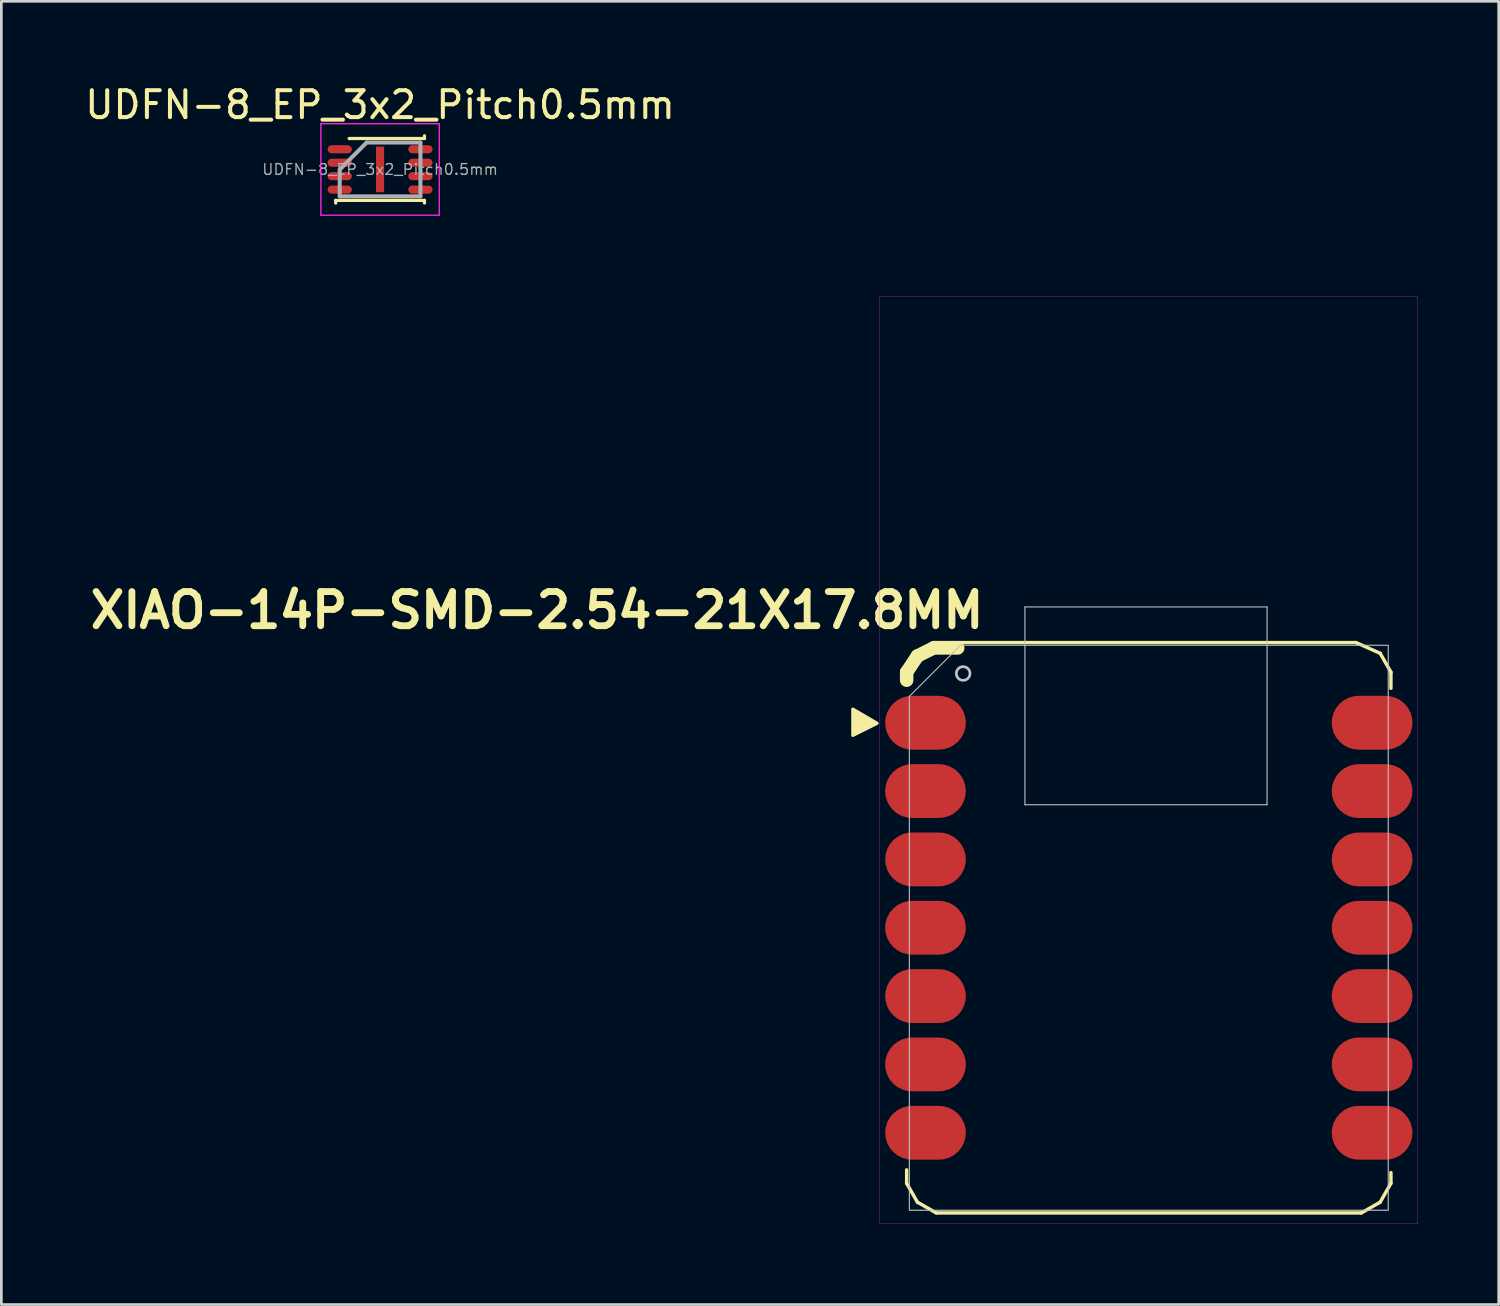
<source format=kicad_pcb>
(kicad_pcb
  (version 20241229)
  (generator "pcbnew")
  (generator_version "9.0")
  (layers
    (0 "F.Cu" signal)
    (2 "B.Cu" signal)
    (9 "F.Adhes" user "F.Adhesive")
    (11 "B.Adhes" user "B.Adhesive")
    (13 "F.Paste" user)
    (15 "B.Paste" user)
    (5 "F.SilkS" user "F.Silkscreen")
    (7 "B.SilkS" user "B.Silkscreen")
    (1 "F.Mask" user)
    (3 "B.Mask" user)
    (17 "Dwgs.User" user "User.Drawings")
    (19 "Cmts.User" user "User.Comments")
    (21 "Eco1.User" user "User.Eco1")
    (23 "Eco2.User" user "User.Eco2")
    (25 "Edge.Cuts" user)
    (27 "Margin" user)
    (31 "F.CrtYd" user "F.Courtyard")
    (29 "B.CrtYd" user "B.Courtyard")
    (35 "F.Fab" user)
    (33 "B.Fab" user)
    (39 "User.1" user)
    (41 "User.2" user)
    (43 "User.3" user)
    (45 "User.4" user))
  (footprint "XIAO-14P-SMD-2.54-21X17.8MM"
    (layer "F.Cu")
    (at 39.649 31.433)
    (property "Reference" "XIAO-14P-SMD-2.54-21X17.8MM" (at -6 -11.8 0) (layer "F.SilkS") (effects (font (size 1.27 1.27) (thickness 0.254) (bold yes)) (justify right)))
    (attr through_hole)
    (fp_line (start -9 -9.5) (end -9 -9.2) (stroke (width 0.5) (type solid)) (layer "F.SilkS"))
    (fp_line (start -9 9) (end -9 9.5) (stroke (width 0.127) (type solid)) (layer "F.SilkS"))
    (fp_line (start -9 9.5) (end -8.6 10.2) (stroke (width 0.127) (type solid)) (layer "F.SilkS"))
    (fp_line (start -8.6 -10.1) (end -9 -9.5) (stroke (width 0.5) (type solid)) (layer "F.SilkS"))
    (fp_line (start -8.6 10.2) (end -7.9 10.6) (stroke (width 0.127) (type solid)) (layer "F.SilkS"))
    (fp_line (start -8 -10.4) (end -8.6 -10.1) (stroke (width 0.5) (type solid)) (layer "F.SilkS"))
    (fp_line (start -7.9 10.6) (end 7.9 10.6) (stroke (width 0.127) (type solid)) (layer "F.SilkS"))
    (fp_line (start -7.1 -10.4) (end -8 -10.4) (stroke (width 0.5) (type solid)) (layer "F.SilkS"))
    (fp_line (start 7.7 -10.6) (end -8 -10.6) (stroke (width 0.127) (type solid)) (layer "F.SilkS"))
    (fp_line (start 7.7 -10.6) (end 8.6 -10.2) (stroke (width 0.127) (type solid)) (layer "F.SilkS"))
    (fp_line (start 7.9 10.6) (end 8.6 10.2) (stroke (width 0.127) (type solid)) (layer "F.SilkS"))
    (fp_line (start 8.6 -10.2) (end 9 -9.5) (stroke (width 0.127) (type solid)) (layer "F.SilkS"))
    (fp_line (start 8.6 10.2) (end 9 9.5) (stroke (width 0.127) (type solid)) (layer "F.SilkS"))
    (fp_line (start 9 -8.9) (end 9 -9.5) (stroke (width 0.127) (type solid)) (layer "F.SilkS"))
    (fp_line (start 9 9.5) (end 9 9.1) (stroke (width 0.127) (type solid)) (layer "F.SilkS"))
    (fp_poly (pts (xy -10.1 -7.6) (xy -11 -8.125) (xy -11 -7.15)) (stroke (width 0.12) (type solid)) (fill yes) (layer "F.SilkS"))
    (fp_line (start -4.604 -4.572) (end -4.604 -11.925) (stroke (width 0.04) (type solid)) (layer "Dwgs.User"))
    (fp_line (start -4.6 -11.924) (end 4.395 -11.924) (stroke (width 0.04) (type solid)) (layer "Dwgs.User"))
    (fp_line (start 4.395 -11.924) (end 4.395 -4.572) (stroke (width 0.04) (type solid)) (layer "Dwgs.User"))
    (fp_line (start 4.395 -4.572) (end -4.604 -4.572) (stroke (width 0.04) (type solid)) (layer "Dwgs.User"))
    (fp_circle (center -6.9 -9.45) (end -6.646 -9.45) (stroke (width 0.1) (type solid)) (fill no) (layer "Dwgs.User"))
    (fp_poly (pts (xy -7 -10.5) (xy 8.9 -10.5) (xy 8.9 10.5) (xy -8.9 10.5) (xy -8.9 -8.6)) (stroke (width 0.04) (type solid)) (fill no) (layer "Dwgs.User"))
    (fp_poly (pts (xy -10 -23.455) (xy 10 -23.455) (xy 10 11) (xy -10 11)) (stroke (width 0.01) (type solid)) (fill no) (layer "F.CrtYd"))
    (pad "1" smd roundrect (at -8.3 -7.62) (size 3 2) (layers "F.Cu" "F.Mask" "F.Paste") (roundrect_rratio 0.5))
    (pad "2" smd roundrect (at -8.3 -5.08) (size 3 2) (layers "F.Cu" "F.Mask" "F.Paste") (roundrect_rratio 0.5))
    (pad "3" smd roundrect (at -8.3 -2.54) (size 3 2) (layers "F.Cu" "F.Mask" "F.Paste") (roundrect_rratio 0.5))
    (pad "4" smd roundrect (at -8.3 0) (size 3 2) (layers "F.Cu" "F.Mask" "F.Paste") (roundrect_rratio 0.5))
    (pad "5" smd roundrect (at -8.3 2.54) (size 3 2) (layers "F.Cu" "F.Mask" "F.Paste") (roundrect_rratio 0.5))
    (pad "6" smd roundrect (at -8.3 5.08) (size 3 2) (layers "F.Cu" "F.Mask" "F.Paste") (roundrect_rratio 0.5))
    (pad "7" smd roundrect (at -8.3 7.62) (size 3 2) (layers "F.Cu" "F.Mask" "F.Paste") (roundrect_rratio 0.5))
    (pad "8" smd roundrect (at 8.3 7.62) (size 3 2) (layers "F.Cu" "F.Mask" "F.Paste") (roundrect_rratio 0.5))
    (pad "9" smd roundrect (at 8.3 5.08) (size 3 2) (layers "F.Cu" "F.Mask" "F.Paste") (roundrect_rratio 0.5))
    (pad "10" smd roundrect (at 8.3 2.54) (size 3 2) (layers "F.Cu" "F.Mask" "F.Paste") (roundrect_rratio 0.5))
    (pad "11" smd roundrect (at 8.3 0) (size 3 2) (layers "F.Cu" "F.Mask" "F.Paste") (roundrect_rratio 0.5))
    (pad "12" smd roundrect (at 8.3 -2.54) (size 3 2) (layers "F.Cu" "F.Mask" "F.Paste") (roundrect_rratio 0.5))
    (pad "13" smd roundrect (at 8.3 -5.08) (size 3 2) (layers "F.Cu" "F.Mask" "F.Paste") (roundrect_rratio 0.5))
    (pad "14" smd roundrect (at 8.3 -7.62) (size 3 2) (layers "F.Cu" "F.Mask" "F.Paste") (roundrect_rratio 0.5))
    (zone (net_name "") (layer "F.Cu") (hatch full 0.508) (connect_pads) (min_thickness 0.01) (filled_areas_thickness no) (keepout (tracks not_allowed) (vias not_allowed) (pads not_allowed) (copperpour not_allowed) (footprints allowed)) (placement (enabled no)) (fill) (polygon (pts (xy 33.633 29.17) (xy 36.554 29.17) (xy 36.554 31.202) (xy 33.633 31.202))))
    (zone (net_name "") (layer "F.Cu") (hatch full 0.508) (connect_pads) (min_thickness 0.01) (filled_areas_thickness no) (keepout (tracks not_allowed) (vias not_allowed) (pads not_allowed) (copperpour not_allowed) (footprints allowed)) (placement (enabled no)) (fill) (polygon (pts (xy 34.332 20.851) (xy 36.11 20.851) (xy 36.11 23.518) (xy 34.332 23.518))))
    (zone (net_name "") (layer "F.Cu") (hatch full 0.508) (connect_pads) (min_thickness 0.01) (filled_areas_thickness no) (keepout (tracks not_allowed) (vias not_allowed) (pads not_allowed) (copperpour not_allowed) (footprints allowed)) (placement (enabled no)) (fill) (polygon (pts (xy 34.332 24.915) (xy 36.11 24.915) (xy 36.11 27.582) (xy 34.332 27.582))))
    (zone (net_name "") (layer "F.Cu") (hatch full 0.508) (connect_pads) (min_thickness 0.01) (filled_areas_thickness no) (keepout (tracks not_allowed) (vias not_allowed) (pads not_allowed) (copperpour not_allowed) (footprints allowed)) (placement (enabled no)) (fill) (polygon (pts (xy 36.999 21.613) (xy 42.206 21.613) (xy 42.206 28.598) (xy 36.999 28.598))))
    (zone (net_name "") (layer "F.Cu") (hatch full 0.508) (connect_pads) (min_thickness 0.01) (filled_areas_thickness no) (keepout (tracks not_allowed) (vias not_allowed) (pads not_allowed) (copperpour not_allowed) (footprints allowed)) (placement (enabled no)) (fill) (polygon (pts (xy 36.999 38.758) (xy 42.714 38.758) (xy 42.714 41.298) (xy 36.999 41.298))))
    (zone (net_name "") (layer "F.Cu") (hatch full 0.508) (connect_pads) (min_thickness 0.01) (filled_areas_thickness no) (keepout (tracks not_allowed) (vias not_allowed) (pads not_allowed) (copperpour not_allowed) (footprints allowed)) (placement (enabled no)) (fill) (polygon (pts (xy 40.428 30.63) (xy 43.476 30.63) (xy 43.476 33.678) (xy 40.428 33.678))))
    (zone (net_name "") (layer "F.Cu") (hatch full 0.508) (connect_pads) (min_thickness 0.01) (filled_areas_thickness no) (keepout (tracks not_allowed) (vias not_allowed) (pads not_allowed) (copperpour not_allowed) (footprints allowed)) (placement (enabled no)) (fill) (polygon (pts (xy 42.968 20.851) (xy 44.746 20.851) (xy 44.746 23.518) (xy 42.968 23.518))))
    (zone (net_name "") (layer "F.Cu") (hatch full 0.508) (connect_pads) (min_thickness 0.01) (filled_areas_thickness no) (keepout (tracks not_allowed) (vias not_allowed) (pads not_allowed) (copperpour not_allowed) (footprints allowed)) (placement (enabled no)) (fill) (polygon (pts (xy 42.968 24.915) (xy 44.746 24.915) (xy 44.746 27.582) (xy 42.968 27.582)))))
  (footprint "UDFN-8_EP_3x2_Pitch0.5mm"
    (layer "F.Cu")
    (at 11.077 3.248)
    (property "Reference" "UDFN-8_EP_3x2_Pitch0.5mm" (at 0 -2.4 0) (layer "F.SilkS") (effects (font (size 1 1) (thickness 0.15))))
    (attr smd)
    (fp_line (start -1.65 1.15) (end 1.65 1.15) (stroke (width 0.12) (type default)) (layer "F.SilkS"))
    (fp_line (start -1.65 1.25) (end -1.65 1.15) (stroke (width 0.12) (type default)) (layer "F.SilkS"))
    (fp_line (start -1.15 -1.15) (end 1.65 -1.15) (stroke (width 0.12) (type default)) (layer "F.SilkS"))
    (fp_line (start 1.65 -1.15) (end 1.65 -1.25) (stroke (width 0.12) (type default)) (layer "F.SilkS"))
    (fp_line (start 1.65 1.15) (end 1.65 1.25) (stroke (width 0.12) (type default)) (layer "F.SilkS"))
    (fp_line (start -2.2 -1.7) (end 2.2 -1.7) (stroke (width 0.05) (type default)) (layer "F.CrtYd"))
    (fp_line (start -2.2 1.7) (end -2.2 -1.7) (stroke (width 0.05) (type default)) (layer "F.CrtYd"))
    (fp_line (start 2.2 -1.7) (end 2.2 1.7) (stroke (width 0.05) (type default)) (layer "F.CrtYd"))
    (fp_line (start 2.2 1.7) (end -2.2 1.7) (stroke (width 0.05) (type default)) (layer "F.CrtYd"))
    (fp_line (start -1.5 0) (end -1.5 1) (stroke (width 0.15) (type default)) (layer "F.Fab"))
    (fp_line (start -1.5 1) (end 1.5 1) (stroke (width 0.15) (type default)) (layer "F.Fab"))
    (fp_line (start -0.5 -1) (end -1.5 0) (stroke (width 0.15) (type default)) (layer "F.Fab"))
    (fp_line (start 1.5 -1) (end -0.5 -1) (stroke (width 0.15) (type default)) (layer "F.Fab"))
    (fp_line (start 1.5 1) (end 1.5 -1) (stroke (width 0.15) (type default)) (layer "F.Fab"))
    (fp_text user "${REFERENCE}" (at 0 0 0) (layer "F.Fab") (effects (font (size 0.4 0.4) (thickness 0.05))))
    (pad "" smd rect (at -0.113 -0.637) (size 0.000001 0.35) (layers "F.Paste"))
    (pad "" smd rect (at -0.113 -0.212) (size 0.000001 0.35) (layers "F.Paste"))
    (pad "" smd rect (at -0.113 0.212) (size 0.000001 0.35) (layers "F.Paste"))
    (pad "" smd rect (at -0.113 0.637) (size 0.000001 0.35) (layers "F.Paste"))
    (pad "" smd rect (at -0.037 -0.637) (size 0.000001 0.35) (layers "F.Paste"))
    (pad "" smd rect (at -0.037 -0.212) (size 0.000001 0.35) (layers "F.Paste"))
    (pad "" smd rect (at -0.037 0.212) (size 0.000001 0.35) (layers "F.Paste"))
    (pad "" smd rect (at -0.037 0.637) (size 0.000001 0.35) (layers "F.Paste"))
    (pad "" smd rect (at 0.037 -0.637) (size 0.000001 0.35) (layers "F.Paste"))
    (pad "" smd rect (at 0.037 -0.212) (size 0.000001 0.35) (layers "F.Paste"))
    (pad "" smd rect (at 0.037 0.212) (size 0.000001 0.35) (layers "F.Paste"))
    (pad "" smd rect (at 0.037 0.637) (size 0.000001 0.35) (layers "F.Paste"))
    (pad "" smd rect (at 0.113 -0.637) (size 0.000001 0.35) (layers "F.Paste"))
    (pad "" smd rect (at 0.113 -0.212) (size 0.000001 0.35) (layers "F.Paste"))
    (pad "" smd rect (at 0.113 0.212) (size 0.000001 0.35) (layers "F.Paste"))
    (pad "" smd rect (at 0.113 0.637) (size 0.000001 0.35) (layers "F.Paste"))
    (pad "1" smd oval (at -1.5 -0.75 90) (size 0.3 0.9) (layers "F.Cu" "F.Mask" "F.Paste"))
    (pad "2" smd oval (at -1.5 -0.25 90) (size 0.3 0.9) (layers "F.Cu" "F.Mask" "F.Paste"))
    (pad "3" smd oval (at -1.5 0.25 90) (size 0.3 0.9) (layers "F.Cu" "F.Mask" "F.Paste"))
    (pad "4" smd oval (at -1.5 0.75 90) (size 0.3 0.9) (layers "F.Cu" "F.Mask" "F.Paste"))
    (pad "5" smd oval (at 1.5 0.75 90) (size 0.3 0.9) (layers "F.Cu" "F.Mask" "F.Paste"))
    (pad "6" smd oval (at 1.5 0.25 90) (size 0.3 0.9) (layers "F.Cu" "F.Mask" "F.Paste"))
    (pad "7" smd oval (at 1.5 -0.25 90) (size 0.3 0.9) (layers "F.Cu" "F.Mask" "F.Paste"))
    (pad "8" smd oval (at 1.5 -0.75 90) (size 0.3 0.9) (layers "F.Cu" "F.Mask" "F.Paste"))
    (pad "9" smd rect (at 0 0) (size 0.3 1.7) (layers "F.Cu" "F.Mask")))
  (gr_rect
    (start -3 -3)
    (end 52.654 45.438)
    (stroke (width 0.1) (type default))
    (fill no)
    (layer "Edge.Cuts")))
</source>
